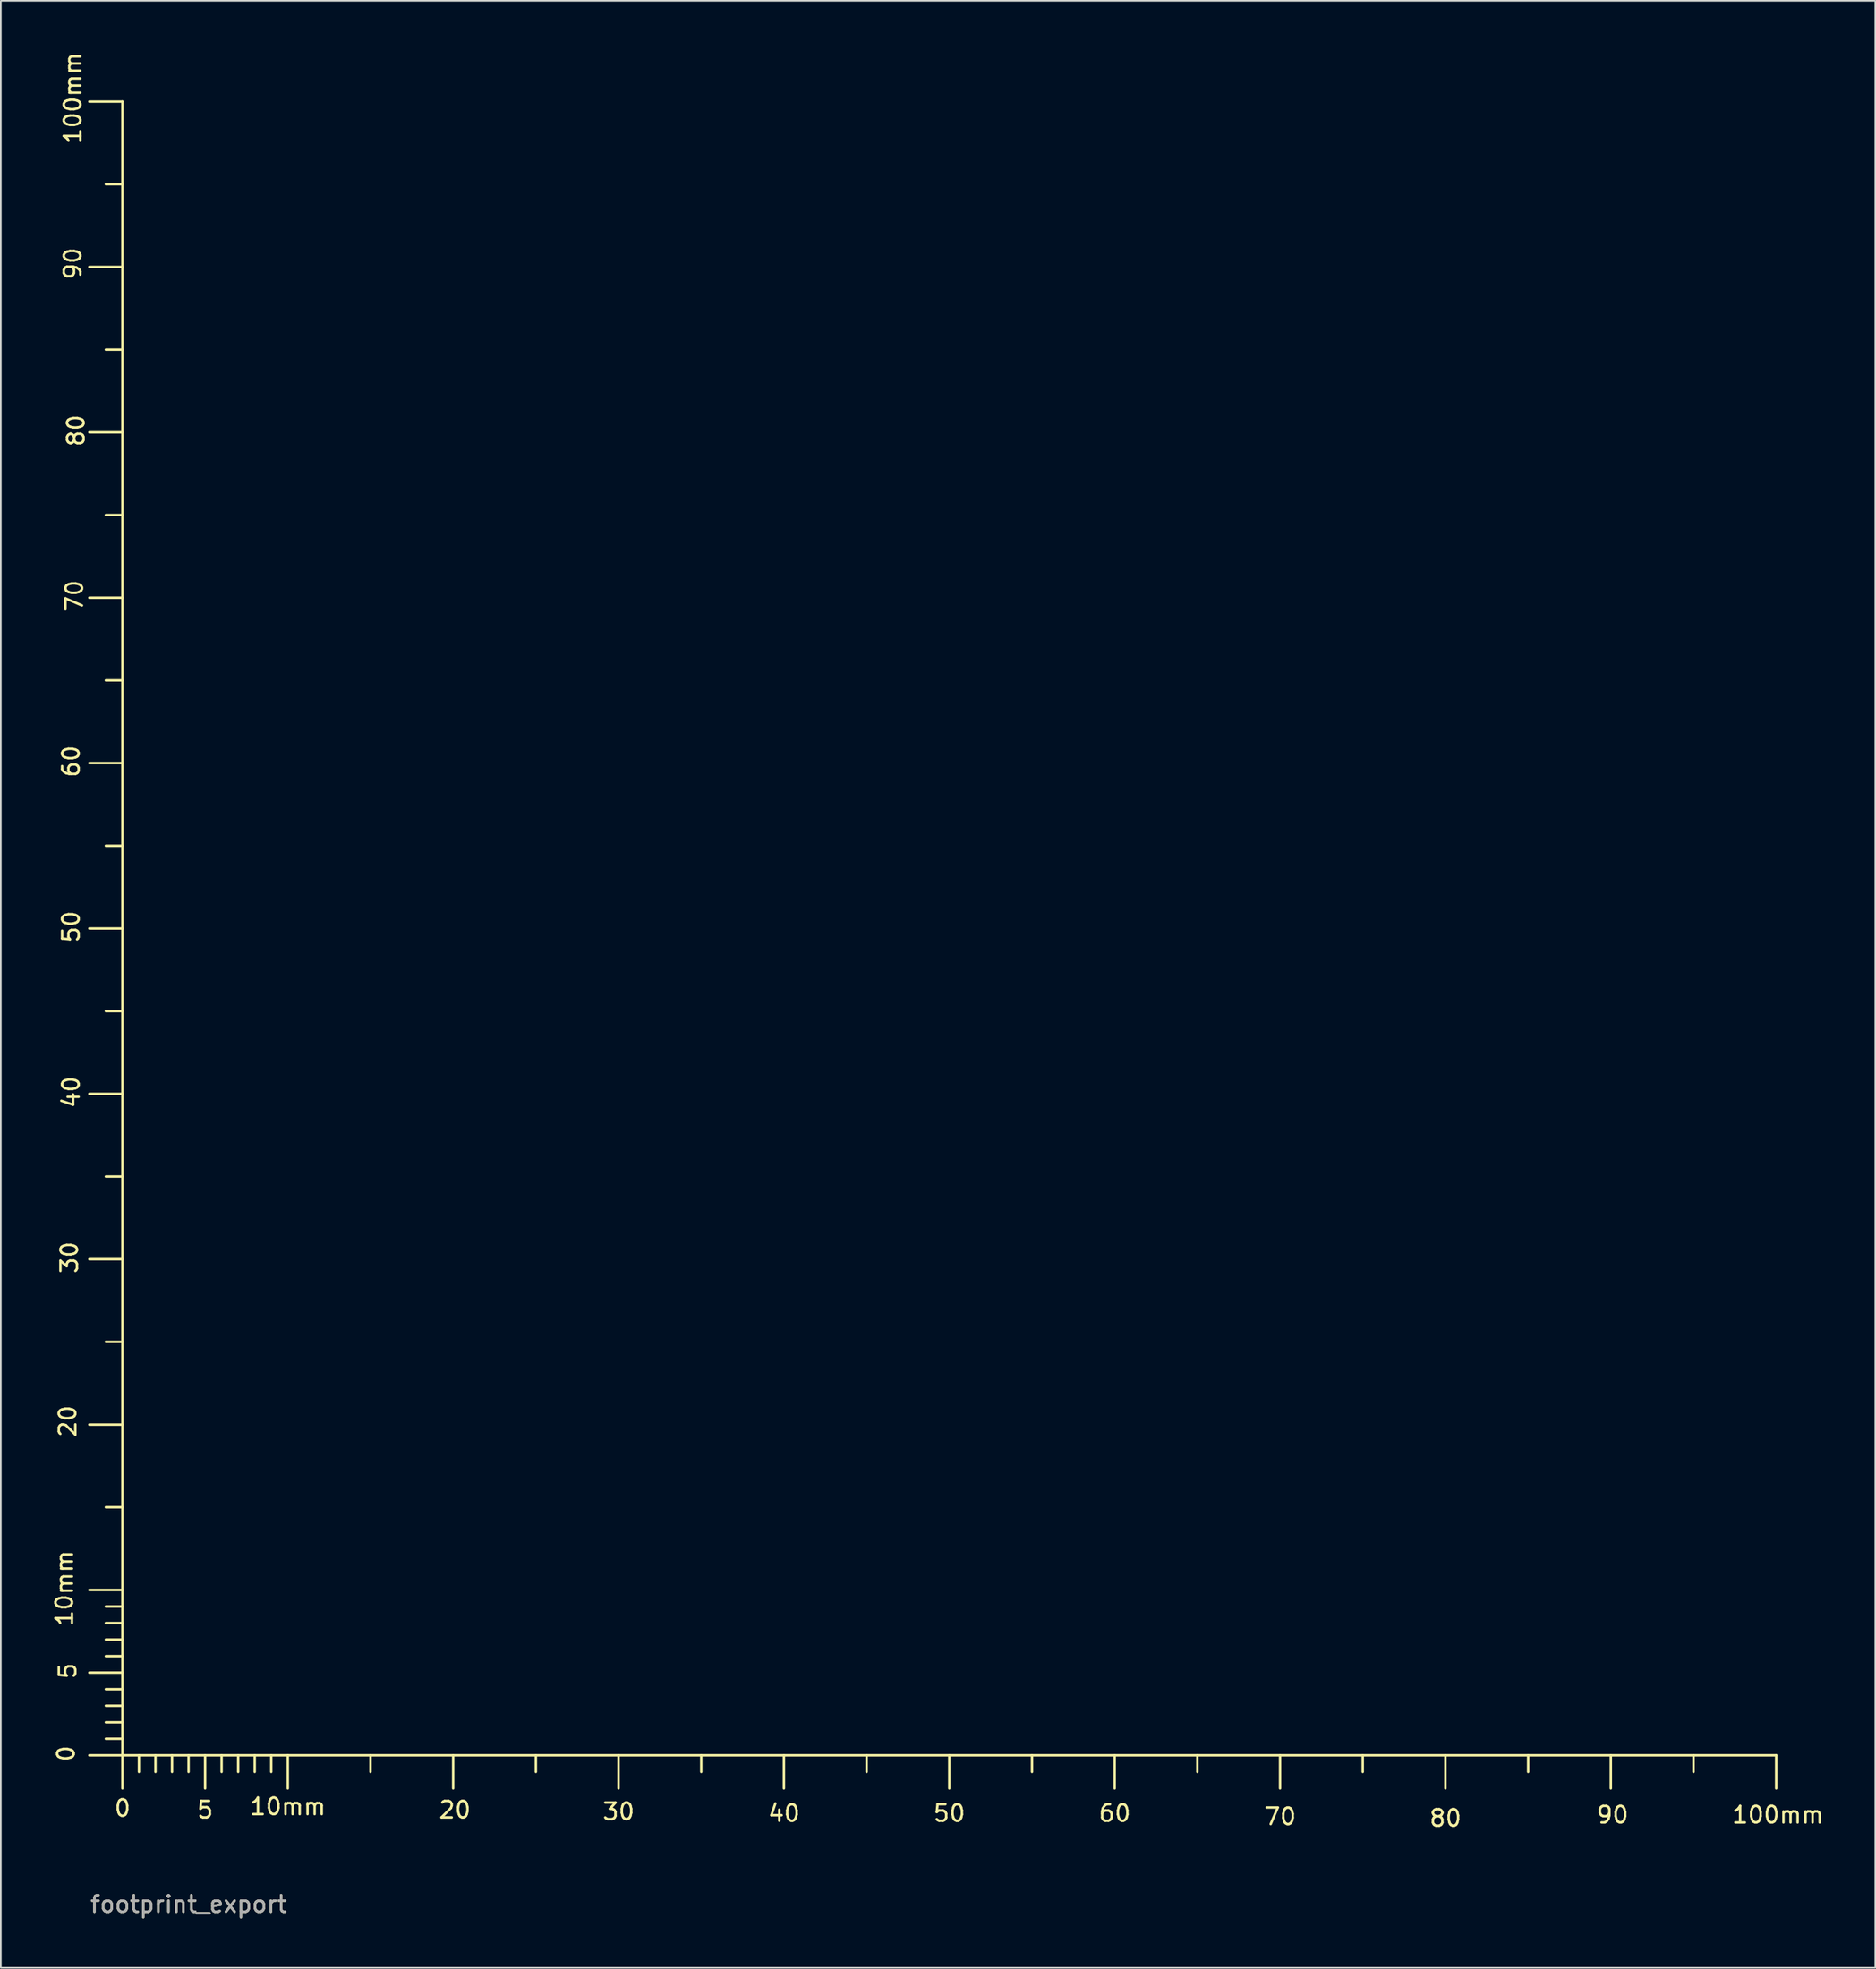
<source format=kicad_pcb>
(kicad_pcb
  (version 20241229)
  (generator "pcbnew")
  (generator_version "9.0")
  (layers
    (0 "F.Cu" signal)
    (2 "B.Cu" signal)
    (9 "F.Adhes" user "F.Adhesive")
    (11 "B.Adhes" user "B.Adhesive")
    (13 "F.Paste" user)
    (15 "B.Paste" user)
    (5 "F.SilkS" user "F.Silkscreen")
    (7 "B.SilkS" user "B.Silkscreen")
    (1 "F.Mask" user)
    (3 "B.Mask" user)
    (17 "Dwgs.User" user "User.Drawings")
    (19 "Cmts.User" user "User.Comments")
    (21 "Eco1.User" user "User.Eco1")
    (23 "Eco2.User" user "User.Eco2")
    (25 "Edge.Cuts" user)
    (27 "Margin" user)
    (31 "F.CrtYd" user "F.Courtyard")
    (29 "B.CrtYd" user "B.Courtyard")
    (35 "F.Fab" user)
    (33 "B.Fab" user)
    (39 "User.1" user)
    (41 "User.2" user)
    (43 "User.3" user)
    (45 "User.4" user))
  (footprint "footprint_export"
    (layer "F.Cu")
    (at 4.351 103.092)
    (property "Reference" "footprint_export" (at 4 8.999 0) (layer "F.SilkS") (effects (font (size 1 1) (thickness 0.15))))
    (attr exclude_from_pos_files exclude_from_bom)
    (fp_line (start 0 -100) (end -1.999 -100) (stroke (width 0.15) (type solid)) (layer "F.SilkS"))
    (fp_line (start 0 -95.001) (end -1.001 -95.001) (stroke (width 0.15) (type solid)) (layer "F.SilkS"))
    (fp_line (start 0 -90) (end -1.999 -90) (stroke (width 0.15) (type solid)) (layer "F.SilkS"))
    (fp_line (start 0 -85.001) (end -1.001 -85.001) (stroke (width 0.15) (type solid)) (layer "F.SilkS"))
    (fp_line (start 0 -80) (end -1.999 -80) (stroke (width 0.15) (type solid)) (layer "F.SilkS"))
    (fp_line (start 0 -75.001) (end -1.001 -75.001) (stroke (width 0.15) (type solid)) (layer "F.SilkS"))
    (fp_line (start 0 -70) (end -1.999 -70) (stroke (width 0.15) (type solid)) (layer "F.SilkS"))
    (fp_line (start 0 -65.001) (end -1.001 -65.001) (stroke (width 0.15) (type solid)) (layer "F.SilkS"))
    (fp_line (start 0 -60) (end -1.999 -60) (stroke (width 0.15) (type solid)) (layer "F.SilkS"))
    (fp_line (start 0 -55.001) (end -1.001 -55.001) (stroke (width 0.15) (type solid)) (layer "F.SilkS"))
    (fp_line (start 0 -50) (end -1.999 -50) (stroke (width 0.15) (type solid)) (layer "F.SilkS"))
    (fp_line (start 0 -45.001) (end -1.001 -45.001) (stroke (width 0.15) (type solid)) (layer "F.SilkS"))
    (fp_line (start 0 -40) (end -1.999 -40) (stroke (width 0.15) (type solid)) (layer "F.SilkS"))
    (fp_line (start 0 -35.001) (end -1.001 -35.001) (stroke (width 0.15) (type solid)) (layer "F.SilkS"))
    (fp_line (start 0 -30) (end -1.999 -30) (stroke (width 0.15) (type solid)) (layer "F.SilkS"))
    (fp_line (start 0 -25.001) (end -1.001 -25.001) (stroke (width 0.15) (type solid)) (layer "F.SilkS"))
    (fp_line (start 0 -20) (end -1.999 -20) (stroke (width 0.15) (type solid)) (layer "F.SilkS"))
    (fp_line (start 0 -15.001) (end -1.001 -15.001) (stroke (width 0.15) (type solid)) (layer "F.SilkS"))
    (fp_line (start 0 -10) (end -1.999 -10) (stroke (width 0.15) (type solid)) (layer "F.SilkS"))
    (fp_line (start 0 -8.999) (end -1.001 -8.999) (stroke (width 0.15) (type solid)) (layer "F.SilkS"))
    (fp_line (start 0 -8.001) (end -1.001 -8.001) (stroke (width 0.15) (type solid)) (layer "F.SilkS"))
    (fp_line (start 0 -7) (end -1.001 -7) (stroke (width 0.15) (type solid)) (layer "F.SilkS"))
    (fp_line (start 0 -5.999) (end -1.001 -5.999) (stroke (width 0.15) (type solid)) (layer "F.SilkS"))
    (fp_line (start 0 -5.001) (end -1.999 -5.001) (stroke (width 0.15) (type solid)) (layer "F.SilkS"))
    (fp_line (start 0 -4) (end -1.001 -4) (stroke (width 0.15) (type solid)) (layer "F.SilkS"))
    (fp_line (start 0 -3) (end -1.001 -3) (stroke (width 0.15) (type solid)) (layer "F.SilkS"))
    (fp_line (start 0 -1.999) (end -1.001 -1.999) (stroke (width 0.15) (type solid)) (layer "F.SilkS"))
    (fp_line (start 0 -1.001) (end -1.001 -1.001) (stroke (width 0.15) (type solid)) (layer "F.SilkS"))
    (fp_line (start 0 0) (end -1.999 0) (stroke (width 0.15) (type solid)) (layer "F.SilkS"))
    (fp_line (start 0 0) (end 0 -100) (stroke (width 0.15) (type solid)) (layer "F.SilkS"))
    (fp_line (start 0 0) (end 0 1.999) (stroke (width 0.15) (type solid)) (layer "F.SilkS"))
    (fp_line (start 0 0) (end 10 0) (stroke (width 0.15) (type solid)) (layer "F.SilkS"))
    (fp_line (start 1.001 0) (end 1.001 1.001) (stroke (width 0.15) (type solid)) (layer "F.SilkS"))
    (fp_line (start 1.999 0) (end 1.999 1.001) (stroke (width 0.15) (type solid)) (layer "F.SilkS"))
    (fp_line (start 3 0) (end 3 1.001) (stroke (width 0.15) (type solid)) (layer "F.SilkS"))
    (fp_line (start 4 0) (end 4 1.001) (stroke (width 0.15) (type solid)) (layer "F.SilkS"))
    (fp_line (start 5.001 0) (end 5.001 1.999) (stroke (width 0.15) (type solid)) (layer "F.SilkS"))
    (fp_line (start 5.999 0) (end 5.999 1.001) (stroke (width 0.15) (type solid)) (layer "F.SilkS"))
    (fp_line (start 7 0) (end 7 1.001) (stroke (width 0.15) (type solid)) (layer "F.SilkS"))
    (fp_line (start 8.001 0) (end 8.001 1.001) (stroke (width 0.15) (type solid)) (layer "F.SilkS"))
    (fp_line (start 8.999 0) (end 8.999 1.001) (stroke (width 0.15) (type solid)) (layer "F.SilkS"))
    (fp_line (start 10 0) (end 10 1.999) (stroke (width 0.15) (type solid)) (layer "F.SilkS"))
    (fp_line (start 10 0) (end 100 0) (stroke (width 0.15) (type solid)) (layer "F.SilkS"))
    (fp_line (start 15.001 0) (end 15.001 1.001) (stroke (width 0.15) (type solid)) (layer "F.SilkS"))
    (fp_line (start 20 0) (end 20 1.999) (stroke (width 0.15) (type solid)) (layer "F.SilkS"))
    (fp_line (start 25.001 0) (end 25.001 1.001) (stroke (width 0.15) (type solid)) (layer "F.SilkS"))
    (fp_line (start 30 0) (end 30 1.999) (stroke (width 0.15) (type solid)) (layer "F.SilkS"))
    (fp_line (start 35.001 0) (end 35.001 1.001) (stroke (width 0.15) (type solid)) (layer "F.SilkS"))
    (fp_line (start 40 0) (end 40 1.999) (stroke (width 0.15) (type solid)) (layer "F.SilkS"))
    (fp_line (start 45.001 0) (end 45.001 1.001) (stroke (width 0.15) (type solid)) (layer "F.SilkS"))
    (fp_line (start 50 0) (end 50 1.999) (stroke (width 0.15) (type solid)) (layer "F.SilkS"))
    (fp_line (start 55.001 0) (end 55.001 1.001) (stroke (width 0.15) (type solid)) (layer "F.SilkS"))
    (fp_line (start 60 0) (end 60 1.999) (stroke (width 0.15) (type solid)) (layer "F.SilkS"))
    (fp_line (start 65.001 0) (end 65.001 1.001) (stroke (width 0.15) (type solid)) (layer "F.SilkS"))
    (fp_line (start 70 0) (end 70 1.999) (stroke (width 0.15) (type solid)) (layer "F.SilkS"))
    (fp_line (start 75.001 0) (end 75.001 1.001) (stroke (width 0.15) (type solid)) (layer "F.SilkS"))
    (fp_line (start 80 0) (end 80 1.999) (stroke (width 0.15) (type solid)) (layer "F.SilkS"))
    (fp_line (start 85.001 0) (end 85.001 1.001) (stroke (width 0.15) (type solid)) (layer "F.SilkS"))
    (fp_line (start 90 0) (end 90 1.999) (stroke (width 0.15) (type solid)) (layer "F.SilkS"))
    (fp_line (start 95.001 0) (end 95.001 1.001) (stroke (width 0.15) (type solid)) (layer "F.SilkS"))
    (fp_line (start 100 0) (end 100 1.999) (stroke (width 0.15) (type solid)) (layer "F.SilkS"))
    (fp_text user "10mm" (at -3.503 -10.104 90) (layer "F.SilkS") (effects (font (size 1 1) (thickness 0.15))))
    (fp_text user "70" (at 70.005 3.701 0) (layer "F.SilkS") (effects (font (size 1 1) (thickness 0.15))))
    (fp_text user "90" (at -3 -90.206 90) (layer "F.SilkS") (effects (font (size 1 1) (thickness 0.15))))
    (fp_text user "40" (at -3.101 -40.104 90) (layer "F.SilkS") (effects (font (size 1 1) (thickness 0.15))))
    (fp_text user "0" (at 0.005 3.198 0) (layer "F.SilkS") (effects (font (size 1 1) (thickness 0.15))))
    (fp_text user "100mm" (at 100.106 3.602 0) (layer "F.SilkS") (effects (font (size 1 1) (thickness 0.15))))
    (fp_text user "20" (at 20.104 3.299 0) (layer "F.SilkS") (effects (font (size 1 1) (thickness 0.15))))
    (fp_text user "30" (at 30.005 3.399 0) (layer "F.SilkS") (effects (font (size 1 1) (thickness 0.15))))
    (fp_text user "60" (at 60.005 3.5 0) (layer "F.SilkS") (effects (font (size 1 1) (thickness 0.15))))
    (fp_text user "70" (at -2.901 -70.104 90) (layer "F.SilkS") (effects (font (size 1 1) (thickness 0.15))))
    (fp_text user "0" (at -3.404 -0.104 90) (layer "F.SilkS") (effects (font (size 1 1) (thickness 0.15))))
    (fp_text user "50" (at -3.101 -50.104 90) (layer "F.SilkS") (effects (font (size 1 1) (thickness 0.15))))
    (fp_text user "40" (at 40.005 3.5 0) (layer "F.SilkS") (effects (font (size 1 1) (thickness 0.15))))
    (fp_text user "80" (at 80.005 3.8 0) (layer "F.SilkS") (effects (font (size 1 1) (thickness 0.15))))
    (fp_text user "80" (at -2.802 -80.104 90) (layer "F.SilkS") (effects (font (size 1 1) (thickness 0.15))))
    (fp_text user "90" (at 90.106 3.602 0) (layer "F.SilkS") (effects (font (size 1 1) (thickness 0.15))))
    (fp_text user "10mm" (at 10.005 3.099 0) (layer "F.SilkS") (effects (font (size 1 1) (thickness 0.15))))
    (fp_text user "100mm" (at -3 -100.206 90) (layer "F.SilkS") (effects (font (size 1 1) (thickness 0.15))))
    (fp_text user "50" (at 50.005 3.5 0) (layer "F.SilkS") (effects (font (size 1 1) (thickness 0.15))))
    (fp_text user "5" (at 5.004 3.299 0) (layer "F.SilkS") (effects (font (size 1 1) (thickness 0.15))))
    (fp_text user "5" (at -3.302 -5.103 90) (layer "F.SilkS") (effects (font (size 1 1) (thickness 0.15))))
    (fp_text user "30" (at -3.203 -30.104 90) (layer "F.SilkS") (effects (font (size 1 1) (thickness 0.15))))
    (fp_text user "60" (at -3.101 -60.104 90) (layer "F.SilkS") (effects (font (size 1 1) (thickness 0.15))))
    (fp_text user "20" (at -3.302 -20.203 90) (layer "F.SilkS") (effects (font (size 1 1) (thickness 0.15))))
    (fp_text user "${REFERENCE}" (at 4 8.999 0) (layer "F.Fab") (effects (font (size 1 1) (thickness 0.15)))))
  (gr_rect
    (start -3 -3)
    (end 110.344 115.94)
    (stroke (width 0.1) (type default))
    (fill no)
    (layer "Edge.Cuts")))
</source>
